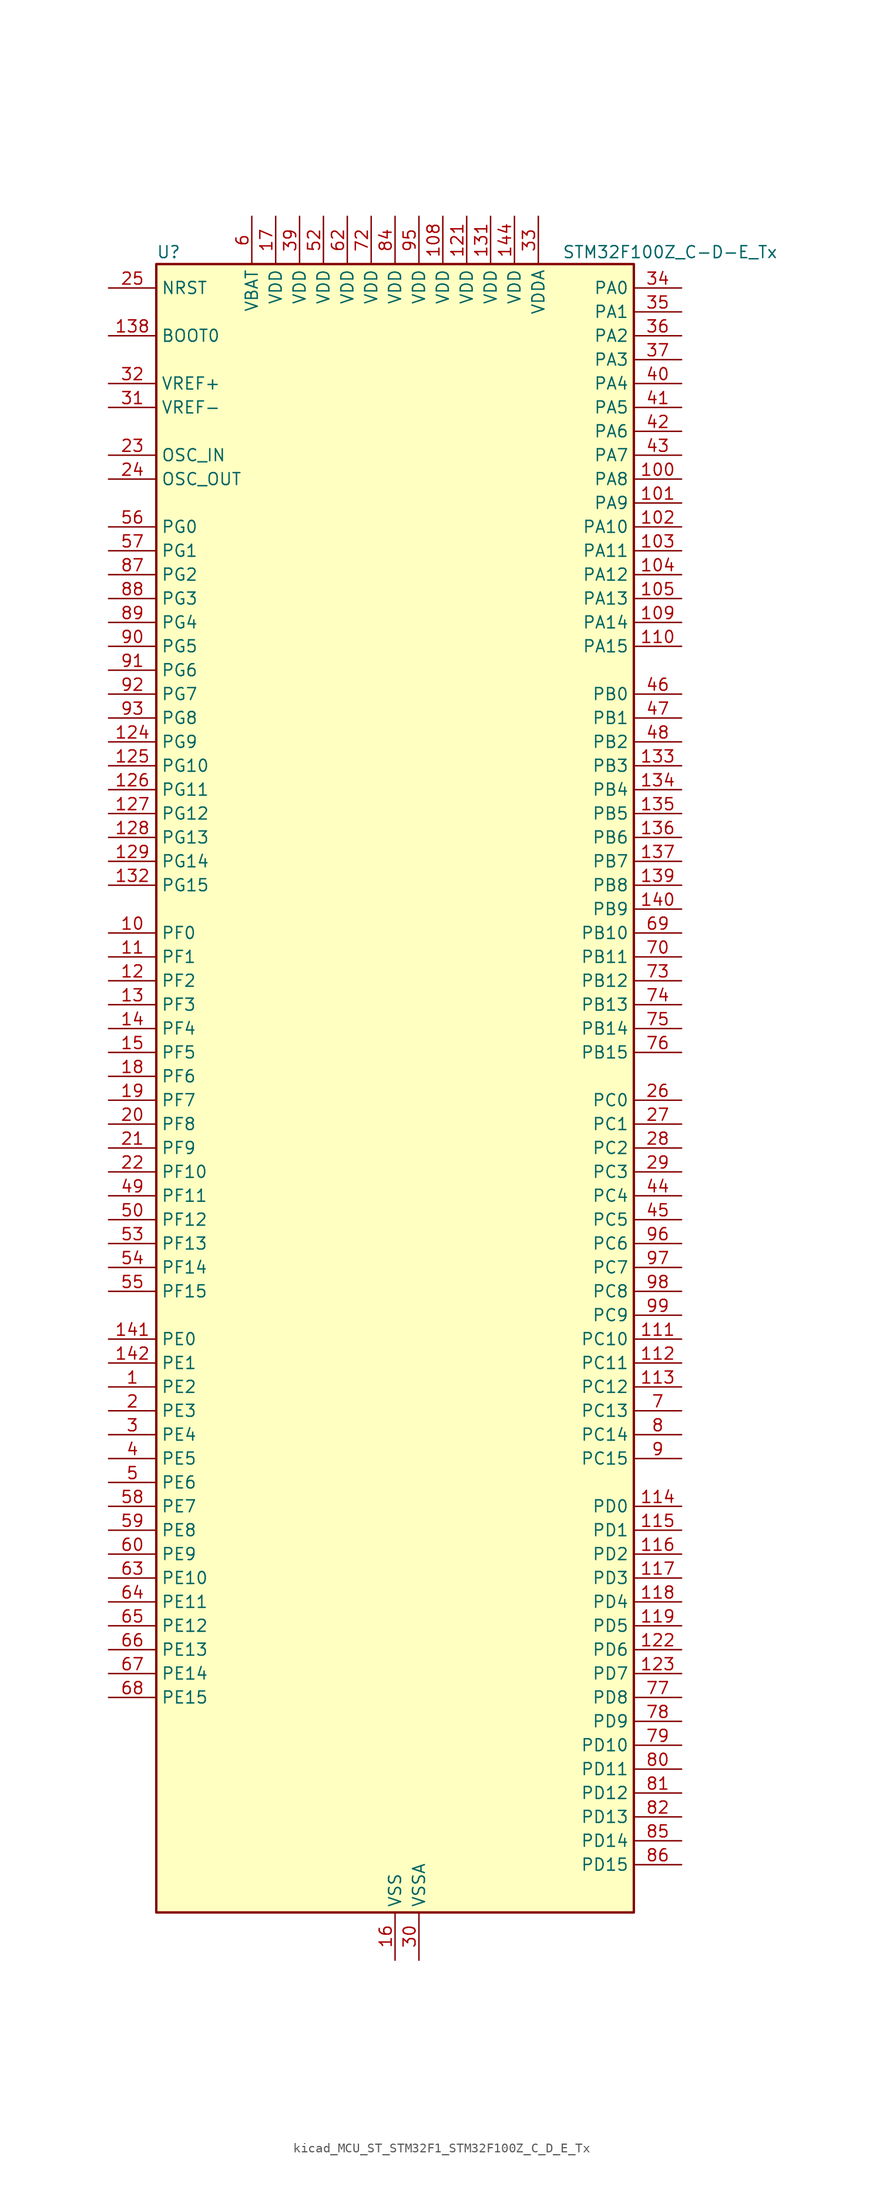
<source format=kicad_sym>
(kicad_symbol_lib
  (version 20220914)
  (generator kicad_symbol_editor)
  (symbol "kicad_MCU_ST_STM32F1_STM32F100Z_C_D_E_Tx"
    (property "Reference" "U"
      (at -25.4 90.17 0)
      (effects (font (size 1.27 1.27)) (justify left)))
    (property "Value" "STM32F100Z_C-D-E_Tx"
      (at 17.78 90.17 0)
      (effects (font (size 1.27 1.27)) (justify left)))
    (property "ki_locked" ""
      (at 0 0 0)
      (effects (font (size 1.27 1.27))))
    (symbol "kicad_MCU_ST_STM32F1_STM32F100Z_C_D_E_Tx_0_1"
      (rectangle (start -25.4 -86.36) (end 25.4 88.9) (stroke (width 0.254) (type default)) (fill (type background))))
    (symbol "kicad_MCU_ST_STM32F1_STM32F100Z_C_D_E_Tx_1_1"
      (pin bidirectional line (at -30.48 -30.48 0) (length 5.08) (name "PE2" (effects (font (size 1.27 1.27)))) (number "1" (effects (font (size 1.27 1.27)))) (alternate "FSMC_A23" bidirectional line) (alternate "SYS_TRACECLK" bidirectional line))
      (pin bidirectional line (at -30.48 17.78 0) (length 5.08) (name "PF0" (effects (font (size 1.27 1.27)))) (number "10" (effects (font (size 1.27 1.27)))) (alternate "FSMC_A0" bidirectional line))
      (pin bidirectional line (at 30.48 66.04 180) (length 5.08) (name "PA8" (effects (font (size 1.27 1.27)))) (number "100" (effects (font (size 1.27 1.27)))) (alternate "RCC_MCO" bidirectional line) (alternate "TIM1_CH1" bidirectional line) (alternate "USART1_CK" bidirectional line))
      (pin bidirectional line (at 30.48 63.5 180) (length 5.08) (name "PA9" (effects (font (size 1.27 1.27)))) (number "101" (effects (font (size 1.27 1.27)))) (alternate "DAC_EXTI9" bidirectional line) (alternate "TIM15_BKIN" bidirectional line) (alternate "TIM1_CH2" bidirectional line) (alternate "USART1_TX" bidirectional line))
      (pin bidirectional line (at 30.48 60.96 180) (length 5.08) (name "PA10" (effects (font (size 1.27 1.27)))) (number "102" (effects (font (size 1.27 1.27)))) (alternate "TIM17_BKIN" bidirectional line) (alternate "TIM1_CH3" bidirectional line) (alternate "USART1_RX" bidirectional line))
      (pin bidirectional line (at 30.48 58.42 180) (length 5.08) (name "PA11" (effects (font (size 1.27 1.27)))) (number "103" (effects (font (size 1.27 1.27)))) (alternate "ADC1_EXTI11" bidirectional line) (alternate "TIM1_CH4" bidirectional line) (alternate "USART1_CTS" bidirectional line))
      (pin bidirectional line (at 30.48 55.88 180) (length 5.08) (name "PA12" (effects (font (size 1.27 1.27)))) (number "104" (effects (font (size 1.27 1.27)))) (alternate "TIM1_ETR" bidirectional line) (alternate "USART1_RTS" bidirectional line))
      (pin bidirectional line (at 30.48 53.34 180) (length 5.08) (name "PA13" (effects (font (size 1.27 1.27)))) (number "105" (effects (font (size 1.27 1.27)))) (alternate "SYS_JTMS-SWDIO" bidirectional line))
      (pin no_connect line (at -25.4 -86.36 0) (length 5.08) hide (name "NC" (effects (font (size 1.27 1.27)))) (number "106" (effects (font (size 1.27 1.27)))))
      (pin passive line (at 0 -91.44 90) (length 5.08) hide (name "VSS" (effects (font (size 1.27 1.27)))) (number "107" (effects (font (size 1.27 1.27)))))
      (pin power_in line (at 5.08 93.98 270) (length 5.08) (name "VDD" (effects (font (size 1.27 1.27)))) (number "108" (effects (font (size 1.27 1.27)))))
      (pin bidirectional line (at 30.48 50.8 180) (length 5.08) (name "PA14" (effects (font (size 1.27 1.27)))) (number "109" (effects (font (size 1.27 1.27)))) (alternate "SYS_JTCK-SWCLK" bidirectional line))
      (pin bidirectional line (at -30.48 15.24 0) (length 5.08) (name "PF1" (effects (font (size 1.27 1.27)))) (number "11" (effects (font (size 1.27 1.27)))) (alternate "FSMC_A1" bidirectional line))
      (pin bidirectional line (at 30.48 48.26 180) (length 5.08) (name "PA15" (effects (font (size 1.27 1.27)))) (number "110" (effects (font (size 1.27 1.27)))) (alternate "ADC1_EXTI15" bidirectional line) (alternate "SPI1_NSS" bidirectional line) (alternate "SPI3_NSS" bidirectional line) (alternate "SYS_JTDI" bidirectional line) (alternate "TIM2_CH1" bidirectional line) (alternate "TIM2_ETR" bidirectional line))
      (pin bidirectional line (at 30.48 -25.4 180) (length 5.08) (name "PC10" (effects (font (size 1.27 1.27)))) (number "111" (effects (font (size 1.27 1.27)))) (alternate "UART4_TX" bidirectional line) (alternate "USART3_TX" bidirectional line))
      (pin bidirectional line (at 30.48 -27.94 180) (length 5.08) (name "PC11" (effects (font (size 1.27 1.27)))) (number "112" (effects (font (size 1.27 1.27)))) (alternate "ADC1_EXTI11" bidirectional line) (alternate "UART4_RX" bidirectional line) (alternate "USART3_RX" bidirectional line))
      (pin bidirectional line (at 30.48 -30.48 180) (length 5.08) (name "PC12" (effects (font (size 1.27 1.27)))) (number "113" (effects (font (size 1.27 1.27)))) (alternate "UART5_TX" bidirectional line) (alternate "USART3_CK" bidirectional line))
      (pin bidirectional line (at 30.48 -43.18 180) (length 5.08) (name "PD0" (effects (font (size 1.27 1.27)))) (number "114" (effects (font (size 1.27 1.27)))) (alternate "FSMC_D2" bidirectional line) (alternate "FSMC_DA2" bidirectional line))
      (pin bidirectional line (at 30.48 -45.72 180) (length 5.08) (name "PD1" (effects (font (size 1.27 1.27)))) (number "115" (effects (font (size 1.27 1.27)))) (alternate "FSMC_D3" bidirectional line) (alternate "FSMC_DA3" bidirectional line))
      (pin bidirectional line (at 30.48 -48.26 180) (length 5.08) (name "PD2" (effects (font (size 1.27 1.27)))) (number "116" (effects (font (size 1.27 1.27)))) (alternate "TIM3_ETR" bidirectional line) (alternate "UART5_RX" bidirectional line))
      (pin bidirectional line (at 30.48 -50.8 180) (length 5.08) (name "PD3" (effects (font (size 1.27 1.27)))) (number "117" (effects (font (size 1.27 1.27)))) (alternate "FSMC_CLK" bidirectional line) (alternate "USART2_CTS" bidirectional line))
      (pin bidirectional line (at 30.48 -53.34 180) (length 5.08) (name "PD4" (effects (font (size 1.27 1.27)))) (number "118" (effects (font (size 1.27 1.27)))) (alternate "FSMC_NOE" bidirectional line) (alternate "USART2_RTS" bidirectional line))
      (pin bidirectional line (at 30.48 -55.88 180) (length 5.08) (name "PD5" (effects (font (size 1.27 1.27)))) (number "119" (effects (font (size 1.27 1.27)))) (alternate "FSMC_NWE" bidirectional line) (alternate "USART2_TX" bidirectional line))
      (pin bidirectional line (at -30.48 12.7 0) (length 5.08) (name "PF2" (effects (font (size 1.27 1.27)))) (number "12" (effects (font (size 1.27 1.27)))) (alternate "FSMC_A2" bidirectional line))
      (pin passive line (at 0 -91.44 90) (length 5.08) hide (name "VSS" (effects (font (size 1.27 1.27)))) (number "120" (effects (font (size 1.27 1.27)))))
      (pin power_in line (at 7.62 93.98 270) (length 5.08) (name "VDD" (effects (font (size 1.27 1.27)))) (number "121" (effects (font (size 1.27 1.27)))))
      (pin bidirectional line (at 30.48 -58.42 180) (length 5.08) (name "PD6" (effects (font (size 1.27 1.27)))) (number "122" (effects (font (size 1.27 1.27)))) (alternate "FSMC_NWAIT" bidirectional line) (alternate "USART2_RX" bidirectional line))
      (pin bidirectional line (at 30.48 -60.96 180) (length 5.08) (name "PD7" (effects (font (size 1.27 1.27)))) (number "123" (effects (font (size 1.27 1.27)))) (alternate "FSMC_NE1" bidirectional line) (alternate "USART2_CK" bidirectional line))
      (pin bidirectional line (at -30.48 38.1 0) (length 5.08) (name "PG9" (effects (font (size 1.27 1.27)))) (number "124" (effects (font (size 1.27 1.27)))) (alternate "DAC_EXTI9" bidirectional line) (alternate "FSMC_NE2" bidirectional line))
      (pin bidirectional line (at -30.48 35.56 0) (length 5.08) (name "PG10" (effects (font (size 1.27 1.27)))) (number "125" (effects (font (size 1.27 1.27)))) (alternate "FSMC_NE3" bidirectional line))
      (pin bidirectional line (at -30.48 33.02 0) (length 5.08) (name "PG11" (effects (font (size 1.27 1.27)))) (number "126" (effects (font (size 1.27 1.27)))) (alternate "ADC1_EXTI11" bidirectional line))
      (pin bidirectional line (at -30.48 30.48 0) (length 5.08) (name "PG12" (effects (font (size 1.27 1.27)))) (number "127" (effects (font (size 1.27 1.27)))) (alternate "FSMC_NE4" bidirectional line))
      (pin bidirectional line (at -30.48 27.94 0) (length 5.08) (name "PG13" (effects (font (size 1.27 1.27)))) (number "128" (effects (font (size 1.27 1.27)))) (alternate "FSMC_A24" bidirectional line))
      (pin bidirectional line (at -30.48 25.4 0) (length 5.08) (name "PG14" (effects (font (size 1.27 1.27)))) (number "129" (effects (font (size 1.27 1.27)))) (alternate "FSMC_A25" bidirectional line))
      (pin bidirectional line (at -30.48 10.16 0) (length 5.08) (name "PF3" (effects (font (size 1.27 1.27)))) (number "13" (effects (font (size 1.27 1.27)))) (alternate "FSMC_A3" bidirectional line))
      (pin passive line (at 0 -91.44 90) (length 5.08) hide (name "VSS" (effects (font (size 1.27 1.27)))) (number "130" (effects (font (size 1.27 1.27)))))
      (pin power_in line (at 10.16 93.98 270) (length 5.08) (name "VDD" (effects (font (size 1.27 1.27)))) (number "131" (effects (font (size 1.27 1.27)))))
      (pin bidirectional line (at -30.48 22.86 0) (length 5.08) (name "PG15" (effects (font (size 1.27 1.27)))) (number "132" (effects (font (size 1.27 1.27)))) (alternate "ADC1_EXTI15" bidirectional line))
      (pin bidirectional line (at 30.48 35.56 180) (length 5.08) (name "PB3" (effects (font (size 1.27 1.27)))) (number "133" (effects (font (size 1.27 1.27)))) (alternate "SPI1_SCK" bidirectional line) (alternate "SPI3_SCK" bidirectional line) (alternate "SYS_JTDO-TRACESWO" bidirectional line) (alternate "TIM2_CH2" bidirectional line))
      (pin bidirectional line (at 30.48 33.02 180) (length 5.08) (name "PB4" (effects (font (size 1.27 1.27)))) (number "134" (effects (font (size 1.27 1.27)))) (alternate "SPI1_MISO" bidirectional line) (alternate "SPI3_MISO" bidirectional line) (alternate "SYS_NJTRST" bidirectional line) (alternate "TIM3_CH1" bidirectional line))
      (pin bidirectional line (at 30.48 30.48 180) (length 5.08) (name "PB5" (effects (font (size 1.27 1.27)))) (number "135" (effects (font (size 1.27 1.27)))) (alternate "I2C1_SMBA" bidirectional line) (alternate "SPI1_MOSI" bidirectional line) (alternate "SPI3_MOSI" bidirectional line) (alternate "TIM16_BKIN" bidirectional line) (alternate "TIM3_CH2" bidirectional line))
      (pin bidirectional line (at 30.48 27.94 180) (length 5.08) (name "PB6" (effects (font (size 1.27 1.27)))) (number "136" (effects (font (size 1.27 1.27)))) (alternate "I2C1_SCL" bidirectional line) (alternate "TIM16_CH1N" bidirectional line) (alternate "TIM4_CH1" bidirectional line) (alternate "USART1_TX" bidirectional line))
      (pin bidirectional line (at 30.48 25.4 180) (length 5.08) (name "PB7" (effects (font (size 1.27 1.27)))) (number "137" (effects (font (size 1.27 1.27)))) (alternate "FSMC_NL" bidirectional line) (alternate "I2C1_SDA" bidirectional line) (alternate "TIM17_CH1N" bidirectional line) (alternate "TIM4_CH2" bidirectional line) (alternate "USART1_RX" bidirectional line))
      (pin input line (at -30.48 81.28 0) (length 5.08) (name "BOOT0" (effects (font (size 1.27 1.27)))) (number "138" (effects (font (size 1.27 1.27)))))
      (pin bidirectional line (at 30.48 22.86 180) (length 5.08) (name "PB8" (effects (font (size 1.27 1.27)))) (number "139" (effects (font (size 1.27 1.27)))) (alternate "CEC" bidirectional line) (alternate "I2C1_SCL" bidirectional line) (alternate "TIM16_CH1" bidirectional line) (alternate "TIM4_CH3" bidirectional line))
      (pin bidirectional line (at -30.48 7.62 0) (length 5.08) (name "PF4" (effects (font (size 1.27 1.27)))) (number "14" (effects (font (size 1.27 1.27)))) (alternate "FSMC_A4" bidirectional line))
      (pin bidirectional line (at 30.48 20.32 180) (length 5.08) (name "PB9" (effects (font (size 1.27 1.27)))) (number "140" (effects (font (size 1.27 1.27)))) (alternate "DAC_EXTI9" bidirectional line) (alternate "I2C1_SDA" bidirectional line) (alternate "TIM17_CH1" bidirectional line) (alternate "TIM4_CH4" bidirectional line))
      (pin bidirectional line (at -30.48 -25.4 0) (length 5.08) (name "PE0" (effects (font (size 1.27 1.27)))) (number "141" (effects (font (size 1.27 1.27)))) (alternate "FSMC_NBL0" bidirectional line) (alternate "TIM4_ETR" bidirectional line))
      (pin bidirectional line (at -30.48 -27.94 0) (length 5.08) (name "PE1" (effects (font (size 1.27 1.27)))) (number "142" (effects (font (size 1.27 1.27)))) (alternate "FSMC_NBL1" bidirectional line))
      (pin passive line (at 0 -91.44 90) (length 5.08) hide (name "VSS" (effects (font (size 1.27 1.27)))) (number "143" (effects (font (size 1.27 1.27)))))
      (pin power_in line (at 12.7 93.98 270) (length 5.08) (name "VDD" (effects (font (size 1.27 1.27)))) (number "144" (effects (font (size 1.27 1.27)))))
      (pin bidirectional line (at -30.48 5.08 0) (length 5.08) (name "PF5" (effects (font (size 1.27 1.27)))) (number "15" (effects (font (size 1.27 1.27)))) (alternate "FSMC_A5" bidirectional line))
      (pin power_in line (at 0 -91.44 90) (length 5.08) (name "VSS" (effects (font (size 1.27 1.27)))) (number "16" (effects (font (size 1.27 1.27)))))
      (pin power_in line (at -12.7 93.98 270) (length 5.08) (name "VDD" (effects (font (size 1.27 1.27)))) (number "17" (effects (font (size 1.27 1.27)))))
      (pin bidirectional line (at -30.48 2.54 0) (length 5.08) (name "PF6" (effects (font (size 1.27 1.27)))) (number "18" (effects (font (size 1.27 1.27)))))
      (pin bidirectional line (at -30.48 0 0) (length 5.08) (name "PF7" (effects (font (size 1.27 1.27)))) (number "19" (effects (font (size 1.27 1.27)))))
      (pin bidirectional line (at -30.48 -33.02 0) (length 5.08) (name "PE3" (effects (font (size 1.27 1.27)))) (number "2" (effects (font (size 1.27 1.27)))) (alternate "FSMC_A19" bidirectional line) (alternate "SYS_TRACED0" bidirectional line))
      (pin bidirectional line (at -30.48 -2.54 0) (length 5.08) (name "PF8" (effects (font (size 1.27 1.27)))) (number "20" (effects (font (size 1.27 1.27)))))
      (pin bidirectional line (at -30.48 -5.08 0) (length 5.08) (name "PF9" (effects (font (size 1.27 1.27)))) (number "21" (effects (font (size 1.27 1.27)))) (alternate "DAC_EXTI9" bidirectional line))
      (pin bidirectional line (at -30.48 -7.62 0) (length 5.08) (name "PF10" (effects (font (size 1.27 1.27)))) (number "22" (effects (font (size 1.27 1.27)))))
      (pin input line (at -30.48 68.58 0) (length 5.08) (name "OSC_IN" (effects (font (size 1.27 1.27)))) (number "23" (effects (font (size 1.27 1.27)))) (alternate "RCC_OSC_IN" bidirectional line))
      (pin input line (at -30.48 66.04 0) (length 5.08) (name "OSC_OUT" (effects (font (size 1.27 1.27)))) (number "24" (effects (font (size 1.27 1.27)))) (alternate "RCC_OSC_OUT" bidirectional line))
      (pin input line (at -30.48 86.36 0) (length 5.08) (name "NRST" (effects (font (size 1.27 1.27)))) (number "25" (effects (font (size 1.27 1.27)))))
      (pin bidirectional line (at 30.48 0 180) (length 5.08) (name "PC0" (effects (font (size 1.27 1.27)))) (number "26" (effects (font (size 1.27 1.27)))) (alternate "ADC1_IN10" bidirectional line))
      (pin bidirectional line (at 30.48 -2.54 180) (length 5.08) (name "PC1" (effects (font (size 1.27 1.27)))) (number "27" (effects (font (size 1.27 1.27)))) (alternate "ADC1_IN11" bidirectional line))
      (pin bidirectional line (at 30.48 -5.08 180) (length 5.08) (name "PC2" (effects (font (size 1.27 1.27)))) (number "28" (effects (font (size 1.27 1.27)))) (alternate "ADC1_IN12" bidirectional line))
      (pin bidirectional line (at 30.48 -7.62 180) (length 5.08) (name "PC3" (effects (font (size 1.27 1.27)))) (number "29" (effects (font (size 1.27 1.27)))) (alternate "ADC1_IN13" bidirectional line))
      (pin bidirectional line (at -30.48 -35.56 0) (length 5.08) (name "PE4" (effects (font (size 1.27 1.27)))) (number "3" (effects (font (size 1.27 1.27)))) (alternate "FSMC_A20" bidirectional line) (alternate "SYS_TRACED1" bidirectional line))
      (pin power_in line (at 2.54 -91.44 90) (length 5.08) (name "VSSA" (effects (font (size 1.27 1.27)))) (number "30" (effects (font (size 1.27 1.27)))))
      (pin input line (at -30.48 73.66 0) (length 5.08) (name "VREF-" (effects (font (size 1.27 1.27)))) (number "31" (effects (font (size 1.27 1.27)))))
      (pin input line (at -30.48 76.2 0) (length 5.08) (name "VREF+" (effects (font (size 1.27 1.27)))) (number "32" (effects (font (size 1.27 1.27)))))
      (pin power_in line (at 15.24 93.98 270) (length 5.08) (name "VDDA" (effects (font (size 1.27 1.27)))) (number "33" (effects (font (size 1.27 1.27)))))
      (pin bidirectional line (at 30.48 86.36 180) (length 5.08) (name "PA0" (effects (font (size 1.27 1.27)))) (number "34" (effects (font (size 1.27 1.27)))) (alternate "ADC1_IN0" bidirectional line) (alternate "SYS_WKUP" bidirectional line) (alternate "TIM2_CH1" bidirectional line) (alternate "TIM2_ETR" bidirectional line) (alternate "TIM5_CH1" bidirectional line) (alternate "USART2_CTS" bidirectional line))
      (pin bidirectional line (at 30.48 83.82 180) (length 5.08) (name "PA1" (effects (font (size 1.27 1.27)))) (number "35" (effects (font (size 1.27 1.27)))) (alternate "ADC1_IN1" bidirectional line) (alternate "TIM2_CH2" bidirectional line) (alternate "TIM5_CH2" bidirectional line) (alternate "USART2_RTS" bidirectional line))
      (pin bidirectional line (at 30.48 81.28 180) (length 5.08) (name "PA2" (effects (font (size 1.27 1.27)))) (number "36" (effects (font (size 1.27 1.27)))) (alternate "ADC1_IN2" bidirectional line) (alternate "TIM15_CH1" bidirectional line) (alternate "TIM2_CH3" bidirectional line) (alternate "TIM5_CH3" bidirectional line) (alternate "USART2_TX" bidirectional line))
      (pin bidirectional line (at 30.48 78.74 180) (length 5.08) (name "PA3" (effects (font (size 1.27 1.27)))) (number "37" (effects (font (size 1.27 1.27)))) (alternate "ADC1_IN3" bidirectional line) (alternate "TIM15_CH2" bidirectional line) (alternate "TIM2_CH4" bidirectional line) (alternate "TIM5_CH4" bidirectional line) (alternate "USART2_RX" bidirectional line))
      (pin passive line (at 0 -91.44 90) (length 5.08) hide (name "VSS" (effects (font (size 1.27 1.27)))) (number "38" (effects (font (size 1.27 1.27)))))
      (pin power_in line (at -10.16 93.98 270) (length 5.08) (name "VDD" (effects (font (size 1.27 1.27)))) (number "39" (effects (font (size 1.27 1.27)))))
      (pin bidirectional line (at -30.48 -38.1 0) (length 5.08) (name "PE5" (effects (font (size 1.27 1.27)))) (number "4" (effects (font (size 1.27 1.27)))) (alternate "FSMC_A21" bidirectional line) (alternate "SYS_TRACED2" bidirectional line))
      (pin bidirectional line (at 30.48 76.2 180) (length 5.08) (name "PA4" (effects (font (size 1.27 1.27)))) (number "40" (effects (font (size 1.27 1.27)))) (alternate "ADC1_IN4" bidirectional line) (alternate "DAC_OUT1" bidirectional line) (alternate "SPI1_NSS" bidirectional line) (alternate "USART2_CK" bidirectional line))
      (pin bidirectional line (at 30.48 73.66 180) (length 5.08) (name "PA5" (effects (font (size 1.27 1.27)))) (number "41" (effects (font (size 1.27 1.27)))) (alternate "ADC1_IN5" bidirectional line) (alternate "DAC_OUT2" bidirectional line) (alternate "SPI1_SCK" bidirectional line))
      (pin bidirectional line (at 30.48 71.12 180) (length 5.08) (name "PA6" (effects (font (size 1.27 1.27)))) (number "42" (effects (font (size 1.27 1.27)))) (alternate "ADC1_IN6" bidirectional line) (alternate "SPI1_MISO" bidirectional line) (alternate "TIM16_CH1" bidirectional line) (alternate "TIM1_BKIN" bidirectional line) (alternate "TIM3_CH1" bidirectional line))
      (pin bidirectional line (at 30.48 68.58 180) (length 5.08) (name "PA7" (effects (font (size 1.27 1.27)))) (number "43" (effects (font (size 1.27 1.27)))) (alternate "ADC1_IN7" bidirectional line) (alternate "SPI1_MOSI" bidirectional line) (alternate "TIM17_CH1" bidirectional line) (alternate "TIM1_CH1N" bidirectional line) (alternate "TIM3_CH2" bidirectional line))
      (pin bidirectional line (at 30.48 -10.16 180) (length 5.08) (name "PC4" (effects (font (size 1.27 1.27)))) (number "44" (effects (font (size 1.27 1.27)))) (alternate "ADC1_IN14" bidirectional line) (alternate "TIM12_CH1" bidirectional line))
      (pin bidirectional line (at 30.48 -12.7 180) (length 5.08) (name "PC5" (effects (font (size 1.27 1.27)))) (number "45" (effects (font (size 1.27 1.27)))) (alternate "ADC1_IN15" bidirectional line) (alternate "TIM12_CH2" bidirectional line))
      (pin bidirectional line (at 30.48 43.18 180) (length 5.08) (name "PB0" (effects (font (size 1.27 1.27)))) (number "46" (effects (font (size 1.27 1.27)))) (alternate "ADC1_IN8" bidirectional line) (alternate "TIM13_CH1" bidirectional line) (alternate "TIM1_CH2N" bidirectional line) (alternate "TIM3_CH3" bidirectional line))
      (pin bidirectional line (at 30.48 40.64 180) (length 5.08) (name "PB1" (effects (font (size 1.27 1.27)))) (number "47" (effects (font (size 1.27 1.27)))) (alternate "ADC1_IN9" bidirectional line) (alternate "TIM14_CH1" bidirectional line) (alternate "TIM1_CH3N" bidirectional line) (alternate "TIM3_CH4" bidirectional line))
      (pin bidirectional line (at 30.48 38.1 180) (length 5.08) (name "PB2" (effects (font (size 1.27 1.27)))) (number "48" (effects (font (size 1.27 1.27)))))
      (pin bidirectional line (at -30.48 -10.16 0) (length 5.08) (name "PF11" (effects (font (size 1.27 1.27)))) (number "49" (effects (font (size 1.27 1.27)))) (alternate "ADC1_EXTI11" bidirectional line))
      (pin bidirectional line (at -30.48 -40.64 0) (length 5.08) (name "PE6" (effects (font (size 1.27 1.27)))) (number "5" (effects (font (size 1.27 1.27)))) (alternate "FSMC_A22" bidirectional line) (alternate "SYS_TRACED3" bidirectional line))
      (pin bidirectional line (at -30.48 -12.7 0) (length 5.08) (name "PF12" (effects (font (size 1.27 1.27)))) (number "50" (effects (font (size 1.27 1.27)))) (alternate "FSMC_A6" bidirectional line))
      (pin passive line (at 0 -91.44 90) (length 5.08) hide (name "VSS" (effects (font (size 1.27 1.27)))) (number "51" (effects (font (size 1.27 1.27)))))
      (pin power_in line (at -7.62 93.98 270) (length 5.08) (name "VDD" (effects (font (size 1.27 1.27)))) (number "52" (effects (font (size 1.27 1.27)))))
      (pin bidirectional line (at -30.48 -15.24 0) (length 5.08) (name "PF13" (effects (font (size 1.27 1.27)))) (number "53" (effects (font (size 1.27 1.27)))) (alternate "FSMC_A7" bidirectional line))
      (pin bidirectional line (at -30.48 -17.78 0) (length 5.08) (name "PF14" (effects (font (size 1.27 1.27)))) (number "54" (effects (font (size 1.27 1.27)))) (alternate "FSMC_A8" bidirectional line))
      (pin bidirectional line (at -30.48 -20.32 0) (length 5.08) (name "PF15" (effects (font (size 1.27 1.27)))) (number "55" (effects (font (size 1.27 1.27)))) (alternate "ADC1_EXTI15" bidirectional line) (alternate "FSMC_A9" bidirectional line))
      (pin bidirectional line (at -30.48 60.96 0) (length 5.08) (name "PG0" (effects (font (size 1.27 1.27)))) (number "56" (effects (font (size 1.27 1.27)))) (alternate "FSMC_A10" bidirectional line))
      (pin bidirectional line (at -30.48 58.42 0) (length 5.08) (name "PG1" (effects (font (size 1.27 1.27)))) (number "57" (effects (font (size 1.27 1.27)))) (alternate "FSMC_A11" bidirectional line))
      (pin bidirectional line (at -30.48 -43.18 0) (length 5.08) (name "PE7" (effects (font (size 1.27 1.27)))) (number "58" (effects (font (size 1.27 1.27)))) (alternate "FSMC_D4" bidirectional line) (alternate "FSMC_DA4" bidirectional line) (alternate "TIM1_ETR" bidirectional line))
      (pin bidirectional line (at -30.48 -45.72 0) (length 5.08) (name "PE8" (effects (font (size 1.27 1.27)))) (number "59" (effects (font (size 1.27 1.27)))) (alternate "FSMC_D5" bidirectional line) (alternate "FSMC_DA5" bidirectional line) (alternate "TIM1_CH1N" bidirectional line))
      (pin power_in line (at -15.24 93.98 270) (length 5.08) (name "VBAT" (effects (font (size 1.27 1.27)))) (number "6" (effects (font (size 1.27 1.27)))))
      (pin bidirectional line (at -30.48 -48.26 0) (length 5.08) (name "PE9" (effects (font (size 1.27 1.27)))) (number "60" (effects (font (size 1.27 1.27)))) (alternate "DAC_EXTI9" bidirectional line) (alternate "FSMC_D6" bidirectional line) (alternate "FSMC_DA6" bidirectional line) (alternate "TIM1_CH1" bidirectional line))
      (pin passive line (at 0 -91.44 90) (length 5.08) hide (name "VSS" (effects (font (size 1.27 1.27)))) (number "61" (effects (font (size 1.27 1.27)))))
      (pin power_in line (at -5.08 93.98 270) (length 5.08) (name "VDD" (effects (font (size 1.27 1.27)))) (number "62" (effects (font (size 1.27 1.27)))))
      (pin bidirectional line (at -30.48 -50.8 0) (length 5.08) (name "PE10" (effects (font (size 1.27 1.27)))) (number "63" (effects (font (size 1.27 1.27)))) (alternate "FSMC_D7" bidirectional line) (alternate "FSMC_DA7" bidirectional line) (alternate "TIM1_CH2N" bidirectional line))
      (pin bidirectional line (at -30.48 -53.34 0) (length 5.08) (name "PE11" (effects (font (size 1.27 1.27)))) (number "64" (effects (font (size 1.27 1.27)))) (alternate "ADC1_EXTI11" bidirectional line) (alternate "FSMC_D8" bidirectional line) (alternate "FSMC_DA8" bidirectional line) (alternate "TIM1_CH2" bidirectional line))
      (pin bidirectional line (at -30.48 -55.88 0) (length 5.08) (name "PE12" (effects (font (size 1.27 1.27)))) (number "65" (effects (font (size 1.27 1.27)))) (alternate "FSMC_D9" bidirectional line) (alternate "FSMC_DA9" bidirectional line) (alternate "TIM1_CH3N" bidirectional line))
      (pin bidirectional line (at -30.48 -58.42 0) (length 5.08) (name "PE13" (effects (font (size 1.27 1.27)))) (number "66" (effects (font (size 1.27 1.27)))) (alternate "FSMC_D10" bidirectional line) (alternate "FSMC_DA10" bidirectional line) (alternate "TIM1_CH3" bidirectional line))
      (pin bidirectional line (at -30.48 -60.96 0) (length 5.08) (name "PE14" (effects (font (size 1.27 1.27)))) (number "67" (effects (font (size 1.27 1.27)))) (alternate "FSMC_D11" bidirectional line) (alternate "FSMC_DA11" bidirectional line) (alternate "TIM1_CH4" bidirectional line))
      (pin bidirectional line (at -30.48 -63.5 0) (length 5.08) (name "PE15" (effects (font (size 1.27 1.27)))) (number "68" (effects (font (size 1.27 1.27)))) (alternate "ADC1_EXTI15" bidirectional line) (alternate "FSMC_D12" bidirectional line) (alternate "FSMC_DA12" bidirectional line) (alternate "TIM1_BKIN" bidirectional line))
      (pin bidirectional line (at 30.48 17.78 180) (length 5.08) (name "PB10" (effects (font (size 1.27 1.27)))) (number "69" (effects (font (size 1.27 1.27)))) (alternate "CEC" bidirectional line) (alternate "I2C2_SCL" bidirectional line) (alternate "TIM2_CH3" bidirectional line) (alternate "USART3_TX" bidirectional line))
      (pin bidirectional line (at 30.48 -33.02 180) (length 5.08) (name "PC13" (effects (font (size 1.27 1.27)))) (number "7" (effects (font (size 1.27 1.27)))) (alternate "RTC_OUT" bidirectional line) (alternate "RTC_TAMPER" bidirectional line))
      (pin bidirectional line (at 30.48 15.24 180) (length 5.08) (name "PB11" (effects (font (size 1.27 1.27)))) (number "70" (effects (font (size 1.27 1.27)))) (alternate "ADC1_EXTI11" bidirectional line) (alternate "I2C2_SDA" bidirectional line) (alternate "TIM2_CH4" bidirectional line) (alternate "USART3_RX" bidirectional line))
      (pin passive line (at 0 -91.44 90) (length 5.08) hide (name "VSS" (effects (font (size 1.27 1.27)))) (number "71" (effects (font (size 1.27 1.27)))))
      (pin power_in line (at -2.54 93.98 270) (length 5.08) (name "VDD" (effects (font (size 1.27 1.27)))) (number "72" (effects (font (size 1.27 1.27)))))
      (pin bidirectional line (at 30.48 12.7 180) (length 5.08) (name "PB12" (effects (font (size 1.27 1.27)))) (number "73" (effects (font (size 1.27 1.27)))) (alternate "I2C2_SMBA" bidirectional line) (alternate "SPI2_NSS" bidirectional line) (alternate "TIM12_CH1" bidirectional line) (alternate "TIM1_BKIN" bidirectional line) (alternate "USART3_CK" bidirectional line))
      (pin bidirectional line (at 30.48 10.16 180) (length 5.08) (name "PB13" (effects (font (size 1.27 1.27)))) (number "74" (effects (font (size 1.27 1.27)))) (alternate "SPI2_SCK" bidirectional line) (alternate "TIM12_CH2" bidirectional line) (alternate "TIM1_CH1N" bidirectional line) (alternate "USART3_CTS" bidirectional line))
      (pin bidirectional line (at 30.48 7.62 180) (length 5.08) (name "PB14" (effects (font (size 1.27 1.27)))) (number "75" (effects (font (size 1.27 1.27)))) (alternate "SPI2_MISO" bidirectional line) (alternate "TIM15_CH1" bidirectional line) (alternate "TIM1_CH2N" bidirectional line) (alternate "USART3_RTS" bidirectional line))
      (pin bidirectional line (at 30.48 5.08 180) (length 5.08) (name "PB15" (effects (font (size 1.27 1.27)))) (number "76" (effects (font (size 1.27 1.27)))) (alternate "ADC1_EXTI15" bidirectional line) (alternate "SPI2_MOSI" bidirectional line) (alternate "TIM15_CH1N" bidirectional line) (alternate "TIM15_CH2" bidirectional line) (alternate "TIM1_CH3N" bidirectional line))
      (pin bidirectional line (at 30.48 -63.5 180) (length 5.08) (name "PD8" (effects (font (size 1.27 1.27)))) (number "77" (effects (font (size 1.27 1.27)))) (alternate "FSMC_D13" bidirectional line) (alternate "FSMC_DA13" bidirectional line) (alternate "USART3_TX" bidirectional line))
      (pin bidirectional line (at 30.48 -66.04 180) (length 5.08) (name "PD9" (effects (font (size 1.27 1.27)))) (number "78" (effects (font (size 1.27 1.27)))) (alternate "DAC_EXTI9" bidirectional line) (alternate "FSMC_D14" bidirectional line) (alternate "FSMC_DA14" bidirectional line) (alternate "USART3_RX" bidirectional line))
      (pin bidirectional line (at 30.48 -68.58 180) (length 5.08) (name "PD10" (effects (font (size 1.27 1.27)))) (number "79" (effects (font (size 1.27 1.27)))) (alternate "FSMC_D15" bidirectional line) (alternate "FSMC_DA15" bidirectional line) (alternate "USART3_CK" bidirectional line))
      (pin bidirectional line (at 30.48 -35.56 180) (length 5.08) (name "PC14" (effects (font (size 1.27 1.27)))) (number "8" (effects (font (size 1.27 1.27)))) (alternate "RCC_OSC32_IN" bidirectional line))
      (pin bidirectional line (at 30.48 -71.12 180) (length 5.08) (name "PD11" (effects (font (size 1.27 1.27)))) (number "80" (effects (font (size 1.27 1.27)))) (alternate "ADC1_EXTI11" bidirectional line) (alternate "FSMC_A16" bidirectional line) (alternate "USART3_CTS" bidirectional line))
      (pin bidirectional line (at 30.48 -73.66 180) (length 5.08) (name "PD12" (effects (font (size 1.27 1.27)))) (number "81" (effects (font (size 1.27 1.27)))) (alternate "FSMC_A17" bidirectional line) (alternate "TIM4_CH1" bidirectional line) (alternate "USART3_RTS" bidirectional line))
      (pin bidirectional line (at 30.48 -76.2 180) (length 5.08) (name "PD13" (effects (font (size 1.27 1.27)))) (number "82" (effects (font (size 1.27 1.27)))) (alternate "FSMC_A18" bidirectional line) (alternate "TIM4_CH2" bidirectional line))
      (pin passive line (at 0 -91.44 90) (length 5.08) hide (name "VSS" (effects (font (size 1.27 1.27)))) (number "83" (effects (font (size 1.27 1.27)))))
      (pin power_in line (at 0 93.98 270) (length 5.08) (name "VDD" (effects (font (size 1.27 1.27)))) (number "84" (effects (font (size 1.27 1.27)))))
      (pin bidirectional line (at 30.48 -78.74 180) (length 5.08) (name "PD14" (effects (font (size 1.27 1.27)))) (number "85" (effects (font (size 1.27 1.27)))) (alternate "FSMC_D0" bidirectional line) (alternate "FSMC_DA0" bidirectional line) (alternate "TIM4_CH3" bidirectional line))
      (pin bidirectional line (at 30.48 -81.28 180) (length 5.08) (name "PD15" (effects (font (size 1.27 1.27)))) (number "86" (effects (font (size 1.27 1.27)))) (alternate "ADC1_EXTI15" bidirectional line) (alternate "FSMC_D1" bidirectional line) (alternate "FSMC_DA1" bidirectional line) (alternate "TIM4_CH4" bidirectional line))
      (pin bidirectional line (at -30.48 55.88 0) (length 5.08) (name "PG2" (effects (font (size 1.27 1.27)))) (number "87" (effects (font (size 1.27 1.27)))) (alternate "FSMC_A12" bidirectional line))
      (pin bidirectional line (at -30.48 53.34 0) (length 5.08) (name "PG3" (effects (font (size 1.27 1.27)))) (number "88" (effects (font (size 1.27 1.27)))) (alternate "FSMC_A13" bidirectional line))
      (pin bidirectional line (at -30.48 50.8 0) (length 5.08) (name "PG4" (effects (font (size 1.27 1.27)))) (number "89" (effects (font (size 1.27 1.27)))) (alternate "FSMC_A14" bidirectional line))
      (pin bidirectional line (at 30.48 -38.1 180) (length 5.08) (name "PC15" (effects (font (size 1.27 1.27)))) (number "9" (effects (font (size 1.27 1.27)))) (alternate "ADC1_EXTI15" bidirectional line) (alternate "RCC_OSC32_OUT" bidirectional line))
      (pin bidirectional line (at -30.48 48.26 0) (length 5.08) (name "PG5" (effects (font (size 1.27 1.27)))) (number "90" (effects (font (size 1.27 1.27)))) (alternate "FSMC_A15" bidirectional line))
      (pin bidirectional line (at -30.48 45.72 0) (length 5.08) (name "PG6" (effects (font (size 1.27 1.27)))) (number "91" (effects (font (size 1.27 1.27)))))
      (pin bidirectional line (at -30.48 43.18 0) (length 5.08) (name "PG7" (effects (font (size 1.27 1.27)))) (number "92" (effects (font (size 1.27 1.27)))))
      (pin bidirectional line (at -30.48 40.64 0) (length 5.08) (name "PG8" (effects (font (size 1.27 1.27)))) (number "93" (effects (font (size 1.27 1.27)))))
      (pin passive line (at 0 -91.44 90) (length 5.08) hide (name "VSS" (effects (font (size 1.27 1.27)))) (number "94" (effects (font (size 1.27 1.27)))))
      (pin power_in line (at 2.54 93.98 270) (length 5.08) (name "VDD" (effects (font (size 1.27 1.27)))) (number "95" (effects (font (size 1.27 1.27)))))
      (pin bidirectional line (at 30.48 -15.24 180) (length 5.08) (name "PC6" (effects (font (size 1.27 1.27)))) (number "96" (effects (font (size 1.27 1.27)))) (alternate "TIM3_CH1" bidirectional line))
      (pin bidirectional line (at 30.48 -17.78 180) (length 5.08) (name "PC7" (effects (font (size 1.27 1.27)))) (number "97" (effects (font (size 1.27 1.27)))) (alternate "TIM3_CH2" bidirectional line))
      (pin bidirectional line (at 30.48 -20.32 180) (length 5.08) (name "PC8" (effects (font (size 1.27 1.27)))) (number "98" (effects (font (size 1.27 1.27)))) (alternate "TIM13_CH1" bidirectional line) (alternate "TIM3_CH3" bidirectional line))
      (pin bidirectional line (at 30.48 -22.86 180) (length 5.08) (name "PC9" (effects (font (size 1.27 1.27)))) (number "99" (effects (font (size 1.27 1.27)))) (alternate "DAC_EXTI9" bidirectional line) (alternate "TIM14_CH1" bidirectional line) (alternate "TIM3_CH4" bidirectional line)))))
</source>
